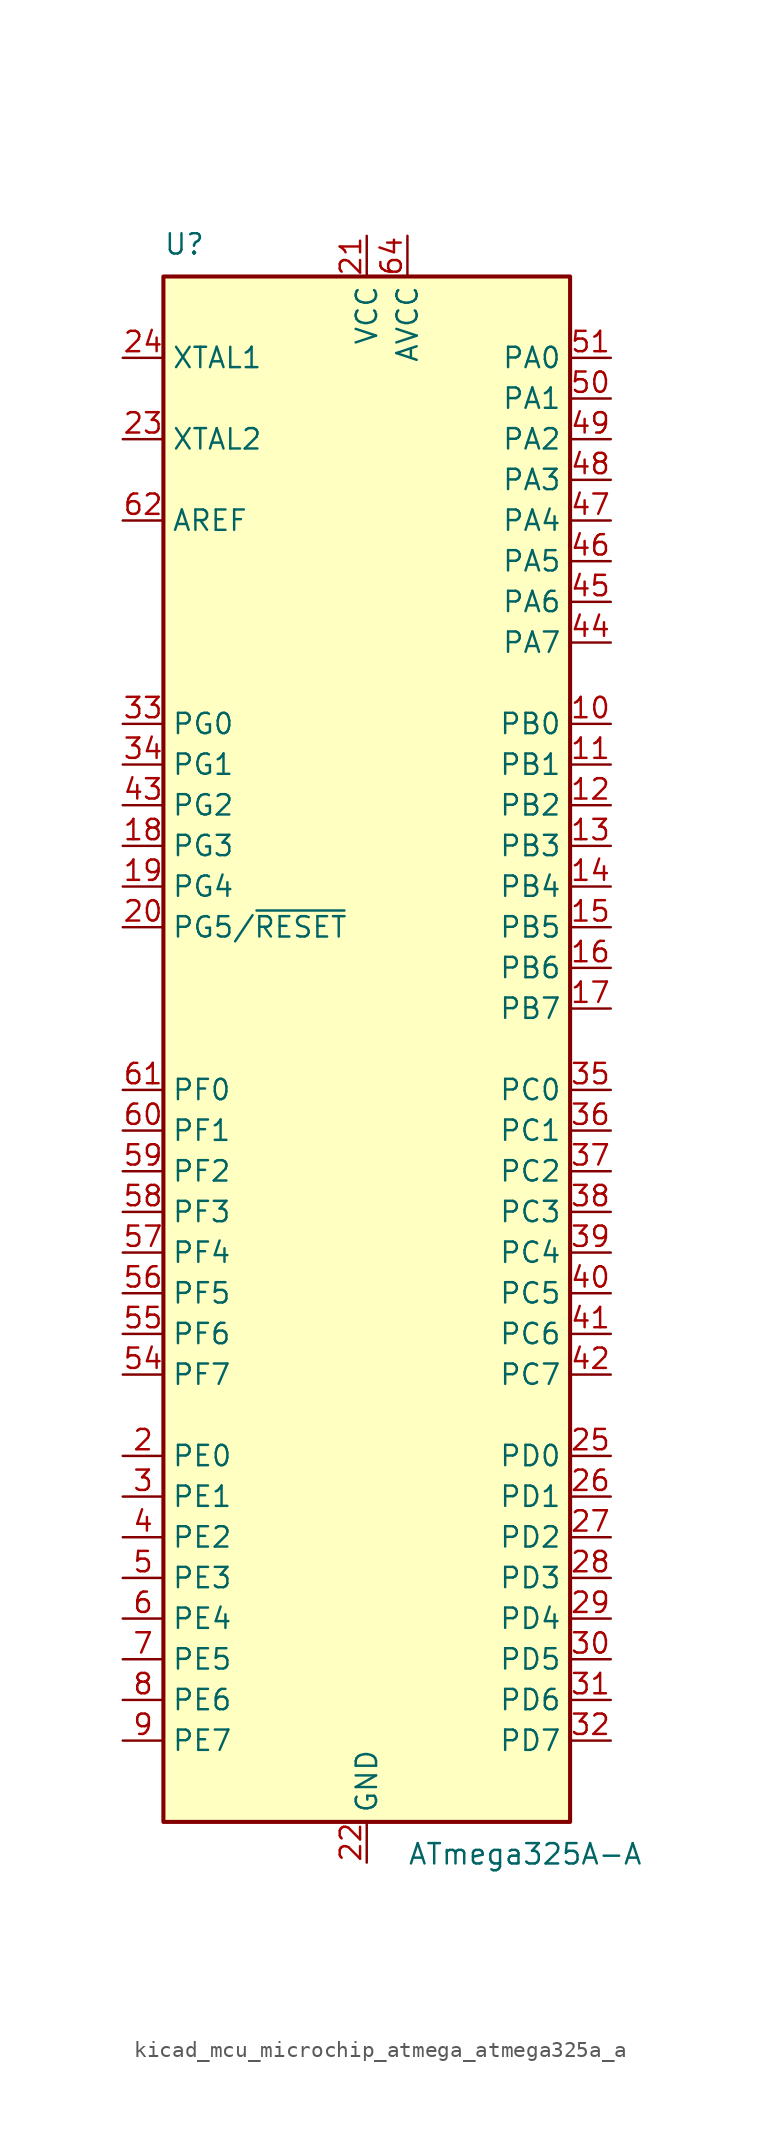
<source format=kicad_sym>
(kicad_symbol_lib
  (version 20220914)
  (generator kicad_symbol_editor)
  (symbol "kicad_mcu_microchip_atmega_atmega325a_a"
    (property "Reference" "U"
      (at -12.7 49.53 0)
      (effects (font (size 1.27 1.27)) (justify left bottom)))
    (property "Value" "ATmega325A-A"
      (at 2.54 -49.53 0)
      (effects (font (size 1.27 1.27)) (justify left top)))
    (symbol "kicad_mcu_microchip_atmega_atmega325a_a_0_1"
      (rectangle (start -12.7 -48.26) (end 12.7 48.26) (stroke (width 0.254) (type default)) (fill (type background))))
    (symbol "kicad_mcu_microchip_atmega_atmega325a_a_1_1"
      (pin no_connect line (at -12.7 -45.72 0) (length 2.54) hide (name "NC" (effects (font (size 1.27 1.27)))) (number "1" (effects (font (size 1.27 1.27)))))
      (pin bidirectional line (at 15.24 20.32 180) (length 2.54) (name "PB0" (effects (font (size 1.27 1.27)))) (number "10" (effects (font (size 1.27 1.27)))))
      (pin bidirectional line (at 15.24 17.78 180) (length 2.54) (name "PB1" (effects (font (size 1.27 1.27)))) (number "11" (effects (font (size 1.27 1.27)))))
      (pin bidirectional line (at 15.24 15.24 180) (length 2.54) (name "PB2" (effects (font (size 1.27 1.27)))) (number "12" (effects (font (size 1.27 1.27)))))
      (pin bidirectional line (at 15.24 12.7 180) (length 2.54) (name "PB3" (effects (font (size 1.27 1.27)))) (number "13" (effects (font (size 1.27 1.27)))))
      (pin bidirectional line (at 15.24 10.16 180) (length 2.54) (name "PB4" (effects (font (size 1.27 1.27)))) (number "14" (effects (font (size 1.27 1.27)))))
      (pin bidirectional line (at 15.24 7.62 180) (length 2.54) (name "PB5" (effects (font (size 1.27 1.27)))) (number "15" (effects (font (size 1.27 1.27)))))
      (pin bidirectional line (at 15.24 5.08 180) (length 2.54) (name "PB6" (effects (font (size 1.27 1.27)))) (number "16" (effects (font (size 1.27 1.27)))))
      (pin bidirectional line (at 15.24 2.54 180) (length 2.54) (name "PB7" (effects (font (size 1.27 1.27)))) (number "17" (effects (font (size 1.27 1.27)))))
      (pin bidirectional line (at -15.24 12.7 0) (length 2.54) (name "PG3" (effects (font (size 1.27 1.27)))) (number "18" (effects (font (size 1.27 1.27)))))
      (pin bidirectional line (at -15.24 10.16 0) (length 2.54) (name "PG4" (effects (font (size 1.27 1.27)))) (number "19" (effects (font (size 1.27 1.27)))))
      (pin bidirectional line (at -15.24 -25.4 0) (length 2.54) (name "PE0" (effects (font (size 1.27 1.27)))) (number "2" (effects (font (size 1.27 1.27)))))
      (pin bidirectional line (at -15.24 7.62 0) (length 2.54) (name "PG5/~{RESET}" (effects (font (size 1.27 1.27)))) (number "20" (effects (font (size 1.27 1.27)))))
      (pin power_in line (at 0 50.8 270) (length 2.54) (name "VCC" (effects (font (size 1.27 1.27)))) (number "21" (effects (font (size 1.27 1.27)))))
      (pin power_in line (at 0 -50.8 90) (length 2.54) (name "GND" (effects (font (size 1.27 1.27)))) (number "22" (effects (font (size 1.27 1.27)))))
      (pin output line (at -15.24 38.1 0) (length 2.54) (name "XTAL2" (effects (font (size 1.27 1.27)))) (number "23" (effects (font (size 1.27 1.27)))))
      (pin input line (at -15.24 43.18 0) (length 2.54) (name "XTAL1" (effects (font (size 1.27 1.27)))) (number "24" (effects (font (size 1.27 1.27)))))
      (pin bidirectional line (at 15.24 -25.4 180) (length 2.54) (name "PD0" (effects (font (size 1.27 1.27)))) (number "25" (effects (font (size 1.27 1.27)))))
      (pin bidirectional line (at 15.24 -27.94 180) (length 2.54) (name "PD1" (effects (font (size 1.27 1.27)))) (number "26" (effects (font (size 1.27 1.27)))))
      (pin bidirectional line (at 15.24 -30.48 180) (length 2.54) (name "PD2" (effects (font (size 1.27 1.27)))) (number "27" (effects (font (size 1.27 1.27)))))
      (pin bidirectional line (at 15.24 -33.02 180) (length 2.54) (name "PD3" (effects (font (size 1.27 1.27)))) (number "28" (effects (font (size 1.27 1.27)))))
      (pin bidirectional line (at 15.24 -35.56 180) (length 2.54) (name "PD4" (effects (font (size 1.27 1.27)))) (number "29" (effects (font (size 1.27 1.27)))))
      (pin bidirectional line (at -15.24 -27.94 0) (length 2.54) (name "PE1" (effects (font (size 1.27 1.27)))) (number "3" (effects (font (size 1.27 1.27)))))
      (pin bidirectional line (at 15.24 -38.1 180) (length 2.54) (name "PD5" (effects (font (size 1.27 1.27)))) (number "30" (effects (font (size 1.27 1.27)))))
      (pin bidirectional line (at 15.24 -40.64 180) (length 2.54) (name "PD6" (effects (font (size 1.27 1.27)))) (number "31" (effects (font (size 1.27 1.27)))))
      (pin bidirectional line (at 15.24 -43.18 180) (length 2.54) (name "PD7" (effects (font (size 1.27 1.27)))) (number "32" (effects (font (size 1.27 1.27)))))
      (pin bidirectional line (at -15.24 20.32 0) (length 2.54) (name "PG0" (effects (font (size 1.27 1.27)))) (number "33" (effects (font (size 1.27 1.27)))))
      (pin bidirectional line (at -15.24 17.78 0) (length 2.54) (name "PG1" (effects (font (size 1.27 1.27)))) (number "34" (effects (font (size 1.27 1.27)))))
      (pin bidirectional line (at 15.24 -2.54 180) (length 2.54) (name "PC0" (effects (font (size 1.27 1.27)))) (number "35" (effects (font (size 1.27 1.27)))))
      (pin bidirectional line (at 15.24 -5.08 180) (length 2.54) (name "PC1" (effects (font (size 1.27 1.27)))) (number "36" (effects (font (size 1.27 1.27)))))
      (pin bidirectional line (at 15.24 -7.62 180) (length 2.54) (name "PC2" (effects (font (size 1.27 1.27)))) (number "37" (effects (font (size 1.27 1.27)))))
      (pin bidirectional line (at 15.24 -10.16 180) (length 2.54) (name "PC3" (effects (font (size 1.27 1.27)))) (number "38" (effects (font (size 1.27 1.27)))))
      (pin bidirectional line (at 15.24 -12.7 180) (length 2.54) (name "PC4" (effects (font (size 1.27 1.27)))) (number "39" (effects (font (size 1.27 1.27)))))
      (pin bidirectional line (at -15.24 -30.48 0) (length 2.54) (name "PE2" (effects (font (size 1.27 1.27)))) (number "4" (effects (font (size 1.27 1.27)))))
      (pin bidirectional line (at 15.24 -15.24 180) (length 2.54) (name "PC5" (effects (font (size 1.27 1.27)))) (number "40" (effects (font (size 1.27 1.27)))))
      (pin bidirectional line (at 15.24 -17.78 180) (length 2.54) (name "PC6" (effects (font (size 1.27 1.27)))) (number "41" (effects (font (size 1.27 1.27)))))
      (pin bidirectional line (at 15.24 -20.32 180) (length 2.54) (name "PC7" (effects (font (size 1.27 1.27)))) (number "42" (effects (font (size 1.27 1.27)))))
      (pin bidirectional line (at -15.24 15.24 0) (length 2.54) (name "PG2" (effects (font (size 1.27 1.27)))) (number "43" (effects (font (size 1.27 1.27)))))
      (pin bidirectional line (at 15.24 25.4 180) (length 2.54) (name "PA7" (effects (font (size 1.27 1.27)))) (number "44" (effects (font (size 1.27 1.27)))))
      (pin bidirectional line (at 15.24 27.94 180) (length 2.54) (name "PA6" (effects (font (size 1.27 1.27)))) (number "45" (effects (font (size 1.27 1.27)))))
      (pin bidirectional line (at 15.24 30.48 180) (length 2.54) (name "PA5" (effects (font (size 1.27 1.27)))) (number "46" (effects (font (size 1.27 1.27)))))
      (pin bidirectional line (at 15.24 33.02 180) (length 2.54) (name "PA4" (effects (font (size 1.27 1.27)))) (number "47" (effects (font (size 1.27 1.27)))))
      (pin bidirectional line (at 15.24 35.56 180) (length 2.54) (name "PA3" (effects (font (size 1.27 1.27)))) (number "48" (effects (font (size 1.27 1.27)))))
      (pin bidirectional line (at 15.24 38.1 180) (length 2.54) (name "PA2" (effects (font (size 1.27 1.27)))) (number "49" (effects (font (size 1.27 1.27)))))
      (pin bidirectional line (at -15.24 -33.02 0) (length 2.54) (name "PE3" (effects (font (size 1.27 1.27)))) (number "5" (effects (font (size 1.27 1.27)))))
      (pin bidirectional line (at 15.24 40.64 180) (length 2.54) (name "PA1" (effects (font (size 1.27 1.27)))) (number "50" (effects (font (size 1.27 1.27)))))
      (pin bidirectional line (at 15.24 43.18 180) (length 2.54) (name "PA0" (effects (font (size 1.27 1.27)))) (number "51" (effects (font (size 1.27 1.27)))))
      (pin passive line (at 0 50.8 270) (length 2.54) hide (name "VCC" (effects (font (size 1.27 1.27)))) (number "52" (effects (font (size 1.27 1.27)))))
      (pin passive line (at 0 -50.8 90) (length 2.54) hide (name "GND" (effects (font (size 1.27 1.27)))) (number "53" (effects (font (size 1.27 1.27)))))
      (pin bidirectional line (at -15.24 -20.32 0) (length 2.54) (name "PF7" (effects (font (size 1.27 1.27)))) (number "54" (effects (font (size 1.27 1.27)))))
      (pin bidirectional line (at -15.24 -17.78 0) (length 2.54) (name "PF6" (effects (font (size 1.27 1.27)))) (number "55" (effects (font (size 1.27 1.27)))))
      (pin bidirectional line (at -15.24 -15.24 0) (length 2.54) (name "PF5" (effects (font (size 1.27 1.27)))) (number "56" (effects (font (size 1.27 1.27)))))
      (pin bidirectional line (at -15.24 -12.7 0) (length 2.54) (name "PF4" (effects (font (size 1.27 1.27)))) (number "57" (effects (font (size 1.27 1.27)))))
      (pin bidirectional line (at -15.24 -10.16 0) (length 2.54) (name "PF3" (effects (font (size 1.27 1.27)))) (number "58" (effects (font (size 1.27 1.27)))))
      (pin bidirectional line (at -15.24 -7.62 0) (length 2.54) (name "PF2" (effects (font (size 1.27 1.27)))) (number "59" (effects (font (size 1.27 1.27)))))
      (pin bidirectional line (at -15.24 -35.56 0) (length 2.54) (name "PE4" (effects (font (size 1.27 1.27)))) (number "6" (effects (font (size 1.27 1.27)))))
      (pin bidirectional line (at -15.24 -5.08 0) (length 2.54) (name "PF1" (effects (font (size 1.27 1.27)))) (number "60" (effects (font (size 1.27 1.27)))))
      (pin bidirectional line (at -15.24 -2.54 0) (length 2.54) (name "PF0" (effects (font (size 1.27 1.27)))) (number "61" (effects (font (size 1.27 1.27)))))
      (pin passive line (at -15.24 33.02 0) (length 2.54) (name "AREF" (effects (font (size 1.27 1.27)))) (number "62" (effects (font (size 1.27 1.27)))))
      (pin passive line (at 0 -50.8 90) (length 2.54) hide (name "GND" (effects (font (size 1.27 1.27)))) (number "63" (effects (font (size 1.27 1.27)))))
      (pin power_in line (at 2.54 50.8 270) (length 2.54) (name "AVCC" (effects (font (size 1.27 1.27)))) (number "64" (effects (font (size 1.27 1.27)))))
      (pin bidirectional line (at -15.24 -38.1 0) (length 2.54) (name "PE5" (effects (font (size 1.27 1.27)))) (number "7" (effects (font (size 1.27 1.27)))))
      (pin bidirectional line (at -15.24 -40.64 0) (length 2.54) (name "PE6" (effects (font (size 1.27 1.27)))) (number "8" (effects (font (size 1.27 1.27)))))
      (pin bidirectional line (at -15.24 -43.18 0) (length 2.54) (name "PE7" (effects (font (size 1.27 1.27)))) (number "9" (effects (font (size 1.27 1.27))))))))
</source>
